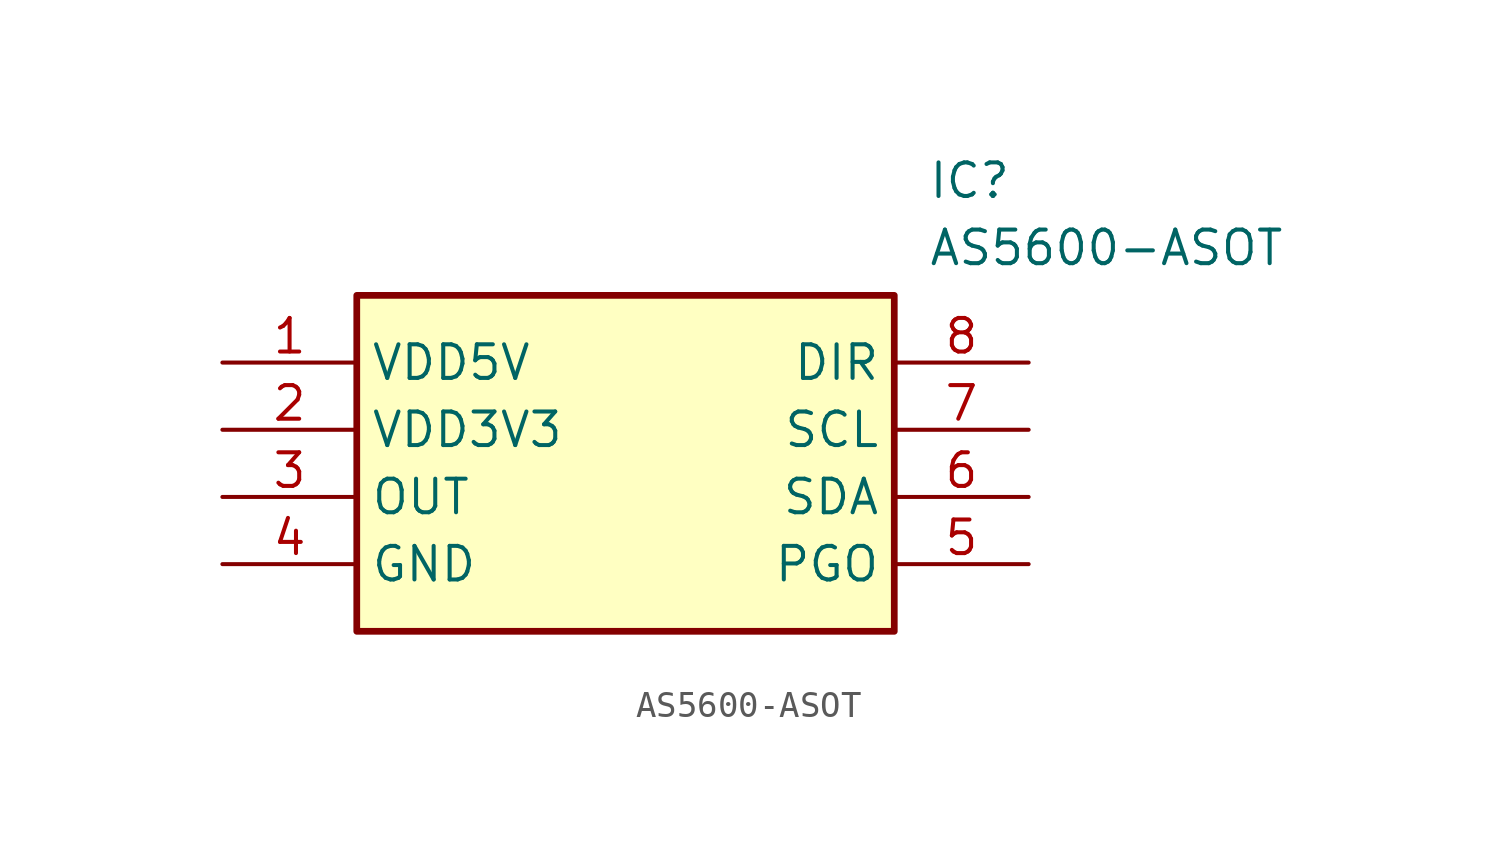
<source format=kicad_sym>
(kicad_symbol_lib
  (version 20231120)
  (generator "kicad_symbol_editor")
  (generator_version "8.0")
  (symbol "AS5600-ASOT"
    (property "Reference" "IC"
      (at 26.67 7.62 0)
      (effects (font (size 1.27 1.27)) (justify left top)))
    (property "Value" "AS5600-ASOT"
      (at 26.67 5.08 0)
      (effects (font (size 1.27 1.27)) (justify left top)))
    (symbol "AS5600-ASOT_1_1"
      (rectangle (start 5.08 2.54) (end 25.4 -10.16) (stroke (width 0.254) (type default)) (fill (type background)))
      (pin passive line (at 0 0 0) (length 5.08) (name "VDD5V" (effects (font (size 1.27 1.27)))) (number "1" (effects (font (size 1.27 1.27)))))
      (pin passive line (at 0 -2.54 0) (length 5.08) (name "VDD3V3" (effects (font (size 1.27 1.27)))) (number "2" (effects (font (size 1.27 1.27)))))
      (pin passive line (at 0 -5.08 0) (length 5.08) (name "OUT" (effects (font (size 1.27 1.27)))) (number "3" (effects (font (size 1.27 1.27)))))
      (pin passive line (at 0 -7.62 0) (length 5.08) (name "GND" (effects (font (size 1.27 1.27)))) (number "4" (effects (font (size 1.27 1.27)))))
      (pin passive line (at 30.48 -7.62 180) (length 5.08) (name "PGO" (effects (font (size 1.27 1.27)))) (number "5" (effects (font (size 1.27 1.27)))))
      (pin passive line (at 30.48 -5.08 180) (length 5.08) (name "SDA" (effects (font (size 1.27 1.27)))) (number "6" (effects (font (size 1.27 1.27)))))
      (pin passive line (at 30.48 -2.54 180) (length 5.08) (name "SCL" (effects (font (size 1.27 1.27)))) (number "7" (effects (font (size 1.27 1.27)))))
      (pin passive line (at 30.48 0 180) (length 5.08) (name "DIR" (effects (font (size 1.27 1.27)))) (number "8" (effects (font (size 1.27 1.27))))))))
</source>
